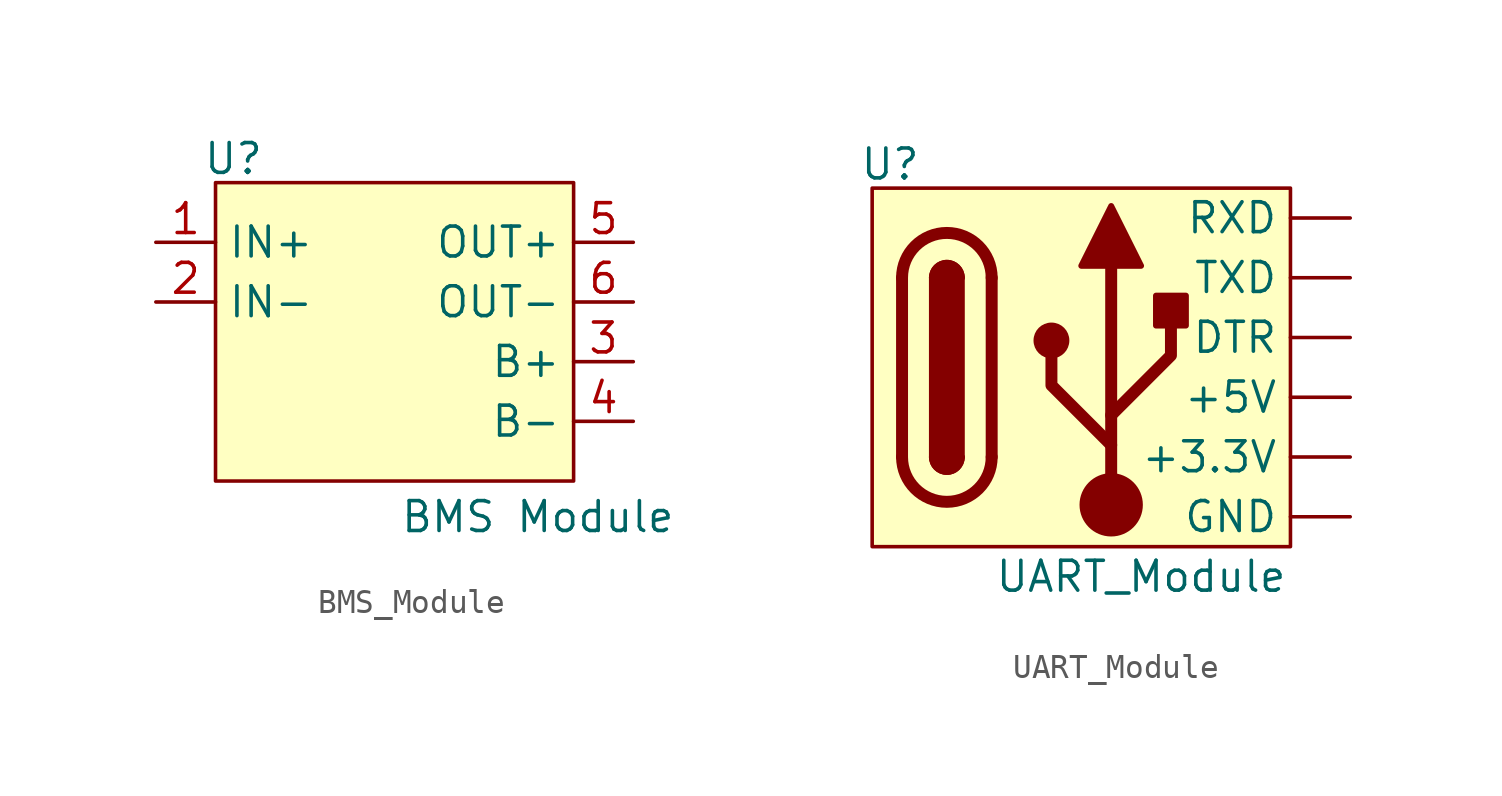
<source format=kicad_sym>
(kicad_symbol_lib
  (version 20231120)
  (generator "kicad_symbol_editor")
  (generator_version "8.0")
  (symbol "BMS_Module"
    (property "Reference" "U"
      (at -6.858 7.366 0)
      (effects (font (size 1.27 1.27))))
    (property "Value" "BMS Module"
      (at 6.096 -7.874 0)
      (effects (font (size 1.27 1.27))))
    (symbol "BMS_Module_1_1"
      (rectangle (start -7.62 6.35) (end 7.62 -6.35) (stroke (width 0) (type default)) (fill (type background)))
      (pin power_in line (at -10.16 3.81 0) (length 2.54) (name "IN+" (effects (font (size 1.27 1.27)))) (number "1" (effects (font (size 1.27 1.27)))))
      (pin power_in line (at -10.16 1.27 0) (length 2.54) (name "IN-" (effects (font (size 1.27 1.27)))) (number "2" (effects (font (size 1.27 1.27)))))
      (pin power_out line (at 10.16 -1.27 180) (length 2.54) (name "B+" (effects (font (size 1.27 1.27)))) (number "3" (effects (font (size 1.27 1.27)))))
      (pin power_out line (at 10.16 -3.81 180) (length 2.54) (name "B-" (effects (font (size 1.27 1.27)))) (number "4" (effects (font (size 1.27 1.27)))))
      (pin power_out line (at 10.16 3.81 180) (length 2.54) (name "OUT+" (effects (font (size 1.27 1.27)))) (number "5" (effects (font (size 1.27 1.27)))))
      (pin power_out line (at 10.16 1.27 180) (length 2.54) (name "OUT-" (effects (font (size 1.27 1.27)))) (number "6" (effects (font (size 1.27 1.27)))))))
  (symbol "UART_Module"
    (property "Reference" "U"
      (at -9.398 8.636 0)
      (effects (font (size 1.27 1.27))))
    (property "Value" "UART_Module"
      (at 1.27 -8.89 0)
      (effects (font (size 1.27 1.27))))
    (symbol "UART_Module_0_1"
      (arc (start -8.89 -3.81) (mid -6.985 -5.7067) (end -5.08 -3.81) (stroke (width 0.508) (type default)) (fill (type none)))
      (arc (start -7.62 -3.81) (mid -6.985 -4.4423) (end -6.35 -3.81) (stroke (width 0.254) (type default)) (fill (type none)))
      (arc (start -7.62 -3.81) (mid -6.985 -4.4423) (end -6.35 -3.81) (stroke (width 0.254) (type default)) (fill (type outline)))
      (rectangle (start -7.62 3.81) (end -6.35 -3.81) (stroke (width 0.254) (type default)) (fill (type outline)))
      (arc (start -6.35 3.81) (mid -6.985 4.4423) (end -7.62 3.81) (stroke (width 0.254) (type default)) (fill (type none)))
      (arc (start -6.35 3.81) (mid -6.985 4.4423) (end -7.62 3.81) (stroke (width 0.254) (type default)) (fill (type outline)))
      (arc (start -5.08 3.81) (mid -6.985 5.7067) (end -8.89 3.81) (stroke (width 0.508) (type default)) (fill (type none)))
      (polyline (pts (xy -8.89 -3.81) (xy -8.89 3.81)) (stroke (width 0.508) (type default)) (fill (type none)))
      (polyline (pts (xy -5.08 3.81) (xy -5.08 -3.81)) (stroke (width 0.508) (type default)) (fill (type none))))
    (symbol "UART_Module_1_1"
      (rectangle (start -10.16 7.62) (end 7.62 -7.62) (stroke (width 0) (type default)) (fill (type background)))
      (circle (center -2.54 1.143) (radius 0.635) (stroke (width 0.254) (type default)) (fill (type outline)))
      (circle (center 0 -5.842) (radius 1.27) (stroke (width 0) (type default)) (fill (type outline)))
      (polyline (pts (xy 0 -5.842) (xy 0 4.318)) (stroke (width 0.508) (type default)) (fill (type none)))
      (polyline (pts (xy 0 -3.302) (xy -2.54 -0.762) (xy -2.54 0.508)) (stroke (width 0.508) (type default)) (fill (type none)))
      (polyline (pts (xy 0 -2.032) (xy 2.54 0.508) (xy 2.54 1.778)) (stroke (width 0.508) (type default)) (fill (type none)))
      (polyline (pts (xy -1.27 4.318) (xy 0 6.858) (xy 1.27 4.318) (xy -1.27 4.318)) (stroke (width 0.254) (type default)) (fill (type outline)))
      (rectangle (start 1.905 1.778) (end 3.175 3.048) (stroke (width 0.254) (type default)) (fill (type outline)))
      (pin power_out line (at 10.16 -3.81 180) (length 2.54) (name "+3.3V" (effects (font (size 1.27 1.27)))) (number "" (effects (font (size 1.27 1.27)))))
      (pin power_out line (at 10.16 -1.27 180) (length 2.54) (name "+5V" (effects (font (size 1.27 1.27)))) (number "" (effects (font (size 1.27 1.27)))))
      (pin output line (at 10.16 1.27 180) (length 2.54) (name "DTR" (effects (font (size 1.27 1.27)))) (number "" (effects (font (size 1.27 1.27)))))
      (pin power_out line (at 10.16 -6.35 180) (length 2.54) (name "GND" (effects (font (size 1.27 1.27)))) (number "" (effects (font (size 1.27 1.27)))))
      (pin input line (at 10.16 6.35 180) (length 2.54) (name "RXD" (effects (font (size 1.27 1.27)))) (number "" (effects (font (size 1.27 1.27)))))
      (pin output line (at 10.16 3.81 180) (length 2.54) (name "TXD" (effects (font (size 1.27 1.27)))) (number "" (effects (font (size 1.27 1.27))))))))
</source>
